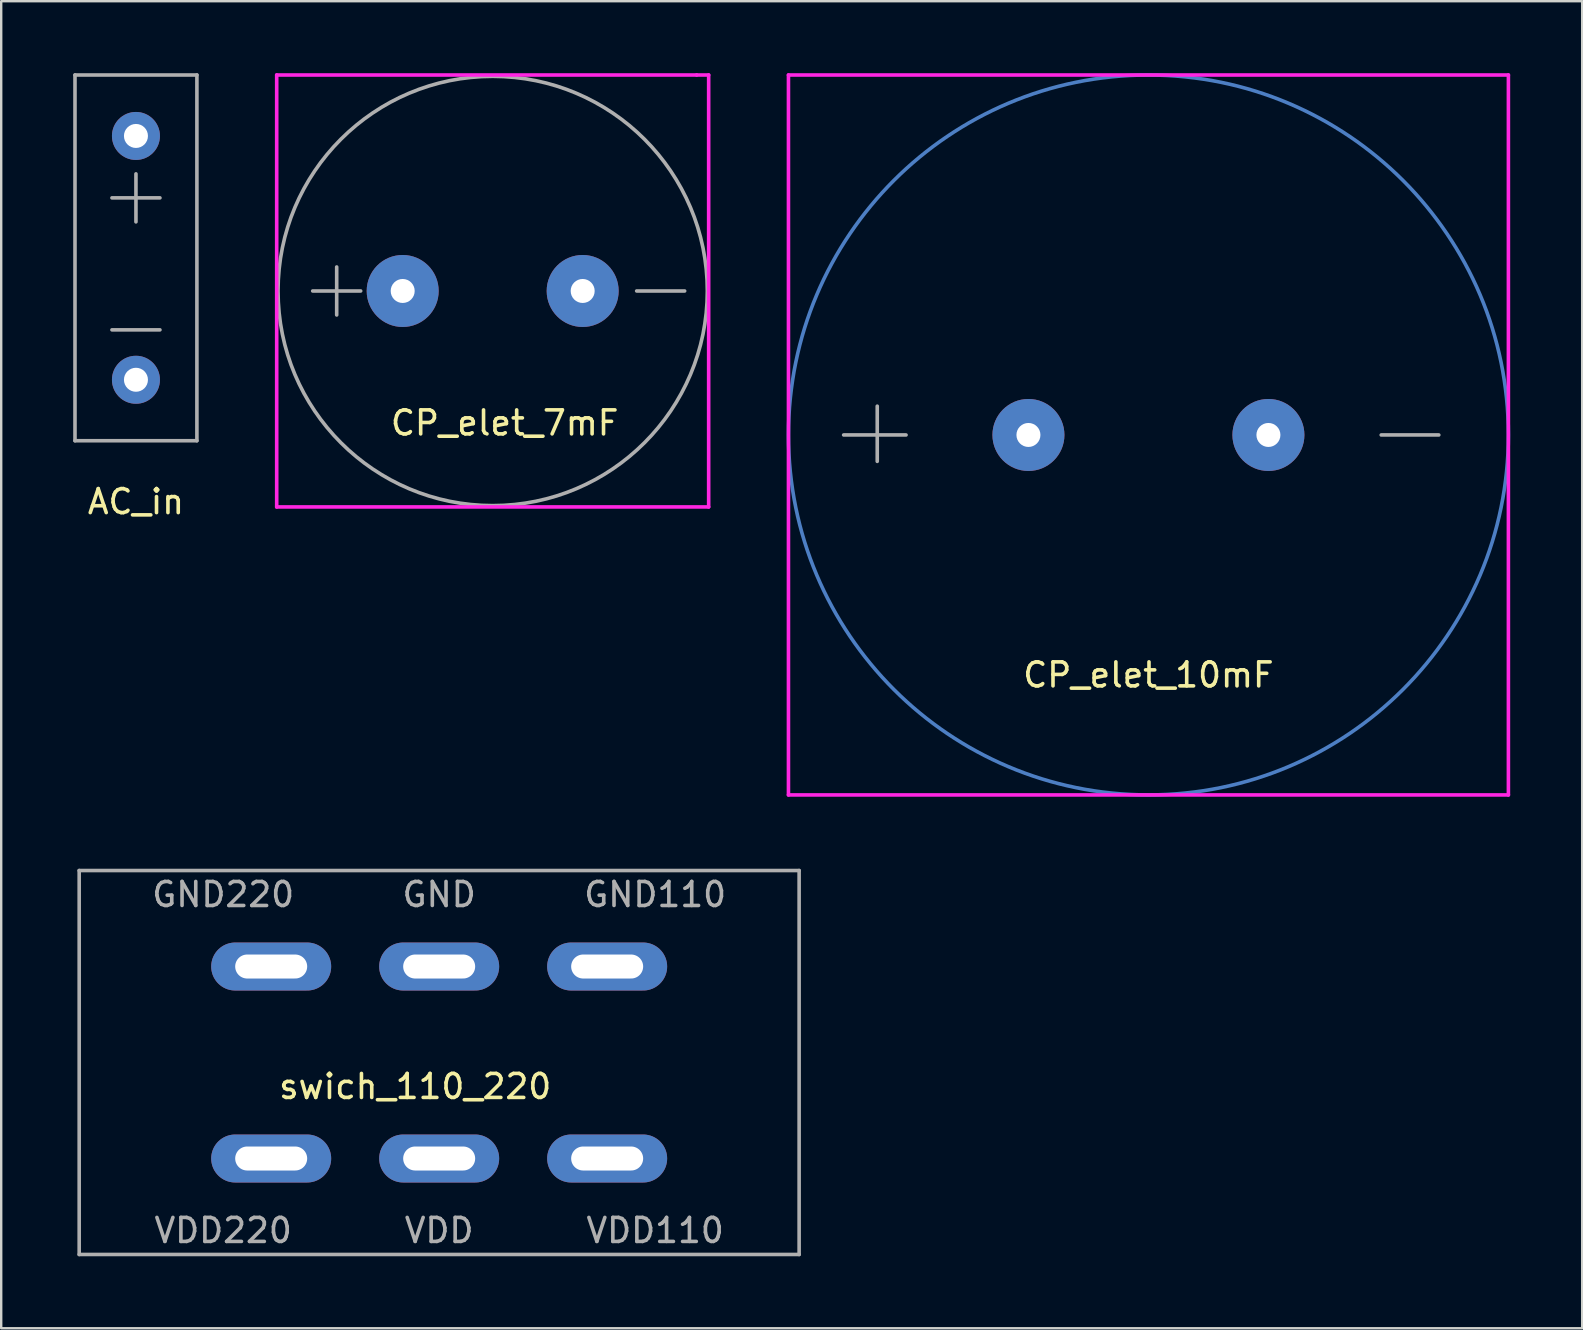
<source format=kicad_pcb>
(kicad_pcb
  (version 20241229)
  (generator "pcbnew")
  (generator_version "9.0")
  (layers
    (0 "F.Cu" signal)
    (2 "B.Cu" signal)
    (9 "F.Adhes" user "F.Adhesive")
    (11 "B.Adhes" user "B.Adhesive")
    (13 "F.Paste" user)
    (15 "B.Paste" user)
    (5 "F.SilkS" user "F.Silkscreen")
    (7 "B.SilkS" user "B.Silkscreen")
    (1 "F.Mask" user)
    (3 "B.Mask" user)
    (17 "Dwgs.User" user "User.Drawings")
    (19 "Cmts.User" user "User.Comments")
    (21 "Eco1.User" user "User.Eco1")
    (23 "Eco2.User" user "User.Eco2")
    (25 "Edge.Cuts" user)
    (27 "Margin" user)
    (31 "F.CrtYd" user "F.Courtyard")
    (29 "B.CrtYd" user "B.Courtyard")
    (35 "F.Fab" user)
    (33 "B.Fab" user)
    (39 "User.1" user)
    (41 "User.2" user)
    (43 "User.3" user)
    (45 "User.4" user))
  (footprint "CP_elet_7mF"
    (layer "F.Cu")
    (at 8.48 9.075)
    (property "Reference" "CP_elet_7mF" (at 9.5 5.5 0) (layer "F.SilkS") (effects (font (size 1 1) (thickness 0.15))))
    (attr through_hole)
    (fp_line (start 0 -9) (end 17.5 -9) (stroke (width 0.15) (type solid)) (layer "F.CrtYd"))
    (fp_line (start 0 9) (end 0 -9) (stroke (width 0.15) (type solid)) (layer "F.CrtYd"))
    (fp_line (start 17.5 -9) (end 18 -9) (stroke (width 0.15) (type solid)) (layer "F.CrtYd"))
    (fp_line (start 18 -9) (end 18 9) (stroke (width 0.15) (type solid)) (layer "F.CrtYd"))
    (fp_line (start 18 9) (end 0 9) (stroke (width 0.15) (type solid)) (layer "F.CrtYd"))
    (fp_line (start 1.5 0) (end 3.5 0) (stroke (width 0.15) (type solid)) (layer "F.Fab"))
    (fp_line (start 2.5 -1) (end 2.5 1) (stroke (width 0.15) (type solid)) (layer "F.Fab"))
    (fp_line (start 15 0) (end 17 0) (stroke (width 0.15) (type solid)) (layer "F.Fab"))
    (fp_circle (center 9 0) (end 1 -4) (stroke (width 0.15) (type solid)) (fill no) (layer "F.Fab"))
    (pad "1" thru_hole circle (at 5.25 0) (size 3 3) (drill 1) (layers "*.Cu" "*.Mask"))
    (pad "2" thru_hole circle (at 12.75 0) (size 3 3) (drill 1) (layers "*.Cu" "*.Mask")))
  (footprint "AC_in"
    (layer "F.Cu")
    (at 2.615 7.695)
    (property "Reference" "AC_in" (at 0 10.16 0) (layer "F.SilkS") (effects (font (size 1 1) (thickness 0.15))))
    (attr through_hole)
    (fp_line (start -2.54 -7.62) (end -2.54 7.62) (stroke (width 0.15) (type solid)) (layer "F.Fab"))
    (fp_line (start -2.54 7.62) (end 2.54 7.62) (stroke (width 0.15) (type solid)) (layer "F.Fab"))
    (fp_line (start -1 -2.5) (end 1 -2.5) (stroke (width 0.15) (type solid)) (layer "F.Fab"))
    (fp_line (start -1 3) (end 1 3) (stroke (width 0.15) (type solid)) (layer "F.Fab"))
    (fp_line (start 0 -1.5) (end 0 -3.5) (stroke (width 0.15) (type solid)) (layer "F.Fab"))
    (fp_line (start 2.54 -7.62) (end -2.54 -7.62) (stroke (width 0.15) (type solid)) (layer "F.Fab"))
    (fp_line (start 2.54 7.62) (end 2.54 -7.62) (stroke (width 0.15) (type solid)) (layer "F.Fab"))
    (pad "1" thru_hole circle (at 0 -5.08) (size 2 2) (drill 1) (layers "*.Cu" "*.Mask"))
    (pad "2" thru_hole circle (at 0 5.08) (size 2 2) (drill 1) (layers "*.Cu" "*.Mask")))
  (footprint "swich_110_220"
    (layer "F.Cu")
    (at 0.25 41.225)
    (property "Reference" "swich_110_220" (at 14 1 0) (layer "F.SilkS") (effects (font (size 1 1) (thickness 0.15))))
    (attr through_hole)
    (fp_line (start 0 -8) (end 0 8) (stroke (width 0.15) (type solid)) (layer "F.Fab"))
    (fp_line (start 0 -8) (end 30 -8) (stroke (width 0.15) (type solid)) (layer "F.Fab"))
    (fp_line (start 0 8) (end 30 8) (stroke (width 0.15) (type solid)) (layer "F.Fab"))
    (fp_line (start 30 -8) (end 30 8) (stroke (width 0.15) (type solid)) (layer "F.Fab"))
    (fp_text user "VDD" (at 15 7 0) (layer "F.Fab") (effects (font (size 1 1) (thickness 0.15))))
    (fp_text user "GND220" (at 6 -7 0) (layer "F.Fab") (effects (font (size 1 1) (thickness 0.15))))
    (fp_text user "GND110" (at 24 -7 0) (layer "F.Fab") (effects (font (size 1 1) (thickness 0.15))))
    (fp_text user "VDD220" (at 6 7 0) (layer "F.Fab") (effects (font (size 1 1) (thickness 0.15))))
    (fp_text user "GND" (at 15 -7 0) (layer "F.Fab") (effects (font (size 1 1) (thickness 0.15))))
    (fp_text user "VDD110" (at 24 7 0) (layer "F.Fab") (effects (font (size 1 1) (thickness 0.15))))
    (pad "1" thru_hole oval (at 15 4) (size 5 2) (drill oval 3 1) (layers "*.Cu" "*.Mask"))
    (pad "2" thru_hole oval (at 15 -4) (size 5 2) (drill oval 3 1) (layers "*.Cu" "*.Mask"))
    (pad "3" thru_hole oval (at 8 4) (size 5 2) (drill oval 3 1) (layers "*.Cu" "*.Mask"))
    (pad "4" thru_hole oval (at 8 -4) (size 5 2) (drill oval 3 1) (layers "*.Cu" "*.Mask"))
    (pad "5" thru_hole oval (at 22 4) (size 5 2) (drill oval 3 1) (layers "*.Cu" "*.Mask"))
    (pad "6" thru_hole oval (at 22 -4) (size 5 2) (drill oval 3 1) (layers "*.Cu" "*.Mask")))
  (footprint "CP_elet_10mF"
    (layer "F.Cu")
    (at 29.805 15.075)
    (property "Reference" "CP_elet_10mF" (at 15 10 0) (layer "F.SilkS") (effects (font (size 1 1) (thickness 0.15))))
    (attr through_hole)
    (fp_circle (center 15 0) (end 0 0) (stroke (width 0.15) (type solid)) (fill no) (layer "B.Cu"))
    (fp_line (start 0 -15) (end 30 -15) (stroke (width 0.15) (type solid)) (layer "F.CrtYd"))
    (fp_line (start 0 15) (end 0 -15) (stroke (width 0.15) (type solid)) (layer "F.CrtYd"))
    (fp_line (start 30 -15) (end 30 15) (stroke (width 0.15) (type solid)) (layer "F.CrtYd"))
    (fp_line (start 30 15) (end 0 15) (stroke (width 0.15) (type solid)) (layer "F.CrtYd"))
    (fp_line (start 3.7 1.1) (end 3.7 -1.2) (stroke (width 0.15) (type solid)) (layer "F.Fab"))
    (fp_line (start 4.9 0) (end 2.3 0) (stroke (width 0.15) (type solid)) (layer "F.Fab"))
    (fp_line (start 24.7 0) (end 27.1 0) (stroke (width 0.15) (type solid)) (layer "F.Fab"))
    (pad "1" thru_hole circle (at 10 0) (size 3 3) (drill 1) (layers "*.Cu" "*.Mask"))
    (pad "2" thru_hole circle (at 20 0) (size 3 3) (drill 1) (layers "*.Cu" "*.Mask")))
  (gr_rect
    (start -3 -3)
    (end 62.88 52.3)
    (stroke (width 0.1) (type default))
    (fill no)
    (layer "Edge.Cuts")))
</source>
